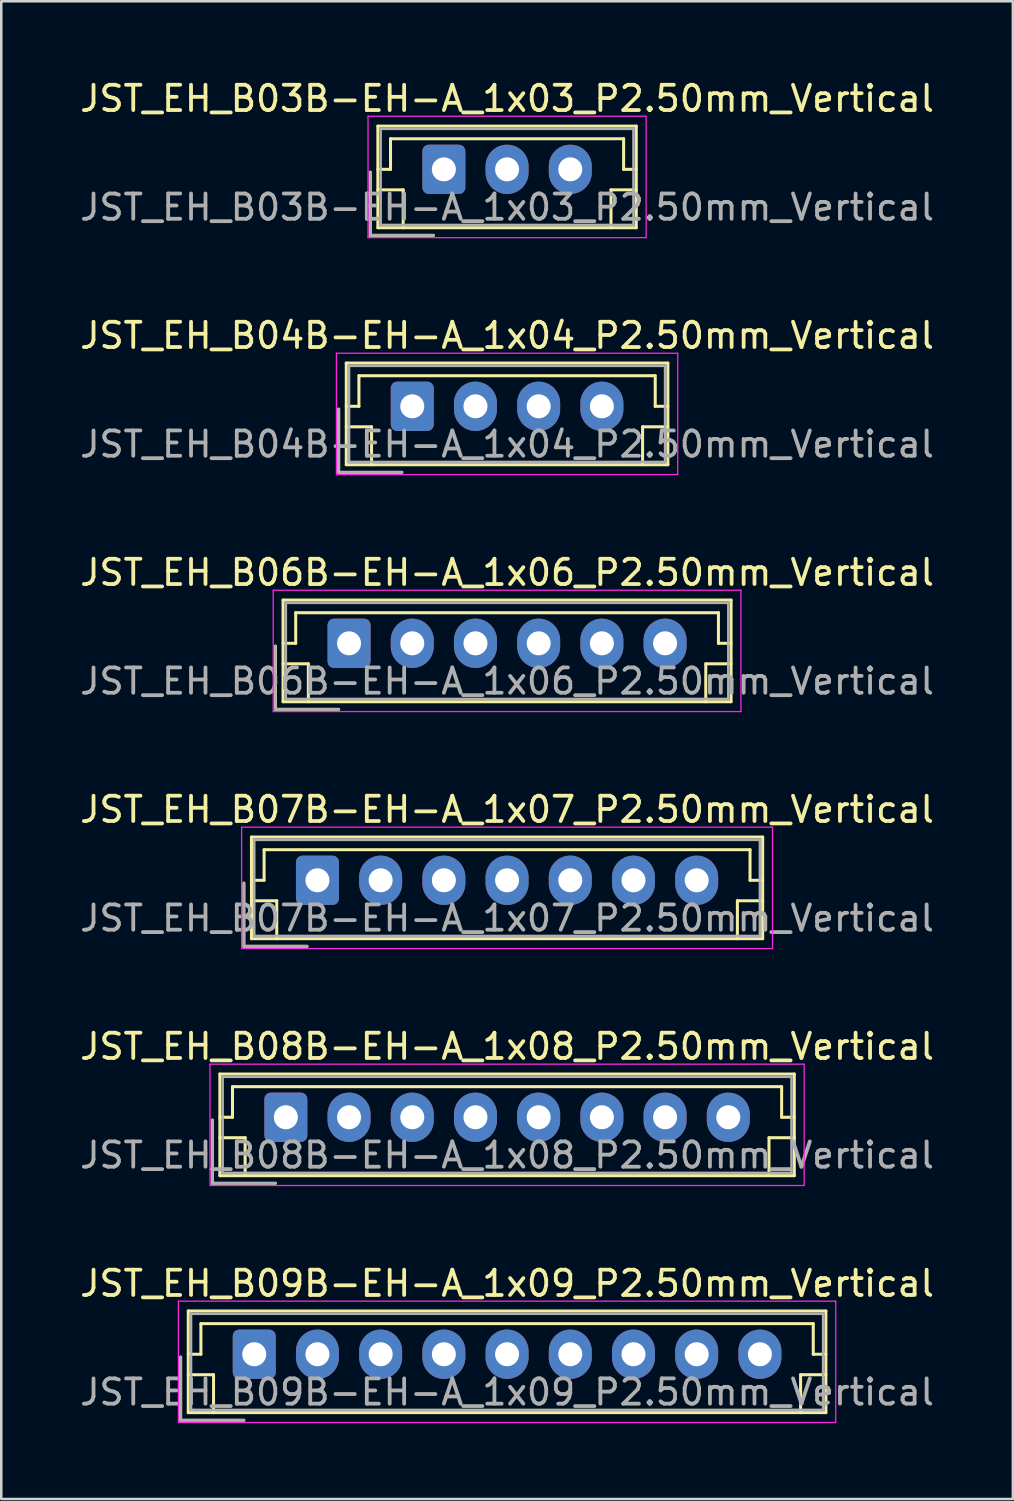
<source format=kicad_pcb>
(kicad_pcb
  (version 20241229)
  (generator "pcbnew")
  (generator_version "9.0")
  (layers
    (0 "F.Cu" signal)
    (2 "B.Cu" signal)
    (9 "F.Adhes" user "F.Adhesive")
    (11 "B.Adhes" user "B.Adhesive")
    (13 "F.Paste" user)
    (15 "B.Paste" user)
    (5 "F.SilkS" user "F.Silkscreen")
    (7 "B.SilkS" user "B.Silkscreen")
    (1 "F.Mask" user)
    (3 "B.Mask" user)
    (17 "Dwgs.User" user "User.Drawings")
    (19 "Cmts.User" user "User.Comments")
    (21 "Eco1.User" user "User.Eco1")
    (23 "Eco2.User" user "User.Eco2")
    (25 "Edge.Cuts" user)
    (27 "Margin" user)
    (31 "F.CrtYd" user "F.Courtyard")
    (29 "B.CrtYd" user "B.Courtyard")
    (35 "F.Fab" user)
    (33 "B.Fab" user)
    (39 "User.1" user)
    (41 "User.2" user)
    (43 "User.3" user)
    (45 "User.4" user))
  (footprint "JST_EH_B08B-EH-A_1x08_P2.50mm_Vertical"
    (layer "F.Cu")
    (at 8.256 41.141)
    (property "Reference" "JST_EH_B08B-EH-A_1x08_P2.50mm_Vertical" (at 8.75 -2.8 0) (layer "F.SilkS") (effects (font (size 1 1) (thickness 0.15))))
    (attr through_hole)
    (fp_line (start -2.91 0.11) (end -2.91 2.61) (stroke (width 0.12) (type solid)) (layer "F.SilkS"))
    (fp_line (start -2.91 2.61) (end -0.41 2.61) (stroke (width 0.12) (type solid)) (layer "F.SilkS"))
    (fp_line (start -2.61 -1.71) (end -2.61 2.31) (stroke (width 0.12) (type solid)) (layer "F.SilkS"))
    (fp_line (start -2.61 0) (end -2.11 0) (stroke (width 0.12) (type solid)) (layer "F.SilkS"))
    (fp_line (start -2.61 0.81) (end -1.61 0.81) (stroke (width 0.12) (type solid)) (layer "F.SilkS"))
    (fp_line (start -2.61 2.31) (end 20.11 2.31) (stroke (width 0.12) (type solid)) (layer "F.SilkS"))
    (fp_line (start -2.11 -1.21) (end 19.61 -1.21) (stroke (width 0.12) (type solid)) (layer "F.SilkS"))
    (fp_line (start -2.11 0) (end -2.11 -1.21) (stroke (width 0.12) (type solid)) (layer "F.SilkS"))
    (fp_line (start -1.61 0.81) (end -1.61 2.31) (stroke (width 0.12) (type solid)) (layer "F.SilkS"))
    (fp_line (start 19.11 0.81) (end 19.11 2.31) (stroke (width 0.12) (type solid)) (layer "F.SilkS"))
    (fp_line (start 19.61 -1.21) (end 19.61 0) (stroke (width 0.12) (type solid)) (layer "F.SilkS"))
    (fp_line (start 19.61 0) (end 20.11 0) (stroke (width 0.12) (type solid)) (layer "F.SilkS"))
    (fp_line (start 20.11 -1.71) (end -2.61 -1.71) (stroke (width 0.12) (type solid)) (layer "F.SilkS"))
    (fp_line (start 20.11 0.81) (end 19.11 0.81) (stroke (width 0.12) (type solid)) (layer "F.SilkS"))
    (fp_line (start 20.11 2.31) (end 20.11 -1.71) (stroke (width 0.12) (type solid)) (layer "F.SilkS"))
    (fp_line (start -3 -2.1) (end -3 2.7) (stroke (width 0.05) (type solid)) (layer "F.CrtYd"))
    (fp_line (start -3 2.7) (end 20.5 2.7) (stroke (width 0.05) (type solid)) (layer "F.CrtYd"))
    (fp_line (start 20.5 -2.1) (end -3 -2.1) (stroke (width 0.05) (type solid)) (layer "F.CrtYd"))
    (fp_line (start 20.5 2.7) (end 20.5 -2.1) (stroke (width 0.05) (type solid)) (layer "F.CrtYd"))
    (fp_line (start -2.91 0.11) (end -2.91 2.61) (stroke (width 0.1) (type solid)) (layer "F.Fab"))
    (fp_line (start -2.91 2.61) (end -0.41 2.61) (stroke (width 0.1) (type solid)) (layer "F.Fab"))
    (fp_line (start -2.5 -1.6) (end -2.5 2.2) (stroke (width 0.1) (type solid)) (layer "F.Fab"))
    (fp_line (start -2.5 2.2) (end 20 2.2) (stroke (width 0.1) (type solid)) (layer "F.Fab"))
    (fp_line (start 20 -1.6) (end -2.5 -1.6) (stroke (width 0.1) (type solid)) (layer "F.Fab"))
    (fp_line (start 20 2.2) (end 20 -1.6) (stroke (width 0.1) (type solid)) (layer "F.Fab"))
    (fp_text user "${REFERENCE}" (at 8.75 1.5 0) (layer "F.Fab") (effects (font (size 1 1) (thickness 0.15))))
    (pad "1" thru_hole roundrect (at 0 0) (size 1.7 1.95) (drill 0.95) (layers "*.Cu" "*.Mask") (roundrect_rratio 0.147))
    (pad "2" thru_hole oval (at 2.5 0) (size 1.7 1.95) (drill 0.95) (layers "*.Cu" "*.Mask"))
    (pad "3" thru_hole oval (at 5 0) (size 1.7 1.95) (drill 0.95) (layers "*.Cu" "*.Mask"))
    (pad "4" thru_hole oval (at 7.5 0) (size 1.7 1.95) (drill 0.95) (layers "*.Cu" "*.Mask"))
    (pad "5" thru_hole oval (at 10 0) (size 1.7 1.95) (drill 0.95) (layers "*.Cu" "*.Mask"))
    (pad "6" thru_hole oval (at 12.5 0) (size 1.7 1.95) (drill 0.95) (layers "*.Cu" "*.Mask"))
    (pad "7" thru_hole oval (at 15 0) (size 1.7 1.95) (drill 0.95) (layers "*.Cu" "*.Mask"))
    (pad "8" thru_hole oval (at 17.5 0) (size 1.7 1.95) (drill 0.95) (layers "*.Cu" "*.Mask")))
  (footprint "JST_EH_B09B-EH-A_1x09_P2.50mm_Vertical"
    (layer "F.Cu")
    (at 7.006 50.514)
    (property "Reference" "JST_EH_B09B-EH-A_1x09_P2.50mm_Vertical" (at 10 -2.8 0) (layer "F.SilkS") (effects (font (size 1 1) (thickness 0.15))))
    (attr through_hole)
    (fp_line (start -2.91 0.11) (end -2.91 2.61) (stroke (width 0.12) (type solid)) (layer "F.SilkS"))
    (fp_line (start -2.91 2.61) (end -0.41 2.61) (stroke (width 0.12) (type solid)) (layer "F.SilkS"))
    (fp_line (start -2.61 -1.71) (end -2.61 2.31) (stroke (width 0.12) (type solid)) (layer "F.SilkS"))
    (fp_line (start -2.61 0) (end -2.11 0) (stroke (width 0.12) (type solid)) (layer "F.SilkS"))
    (fp_line (start -2.61 0.81) (end -1.61 0.81) (stroke (width 0.12) (type solid)) (layer "F.SilkS"))
    (fp_line (start -2.61 2.31) (end 22.61 2.31) (stroke (width 0.12) (type solid)) (layer "F.SilkS"))
    (fp_line (start -2.11 -1.21) (end 22.11 -1.21) (stroke (width 0.12) (type solid)) (layer "F.SilkS"))
    (fp_line (start -2.11 0) (end -2.11 -1.21) (stroke (width 0.12) (type solid)) (layer "F.SilkS"))
    (fp_line (start -1.61 0.81) (end -1.61 2.31) (stroke (width 0.12) (type solid)) (layer "F.SilkS"))
    (fp_line (start 21.61 0.81) (end 21.61 2.31) (stroke (width 0.12) (type solid)) (layer "F.SilkS"))
    (fp_line (start 22.11 -1.21) (end 22.11 0) (stroke (width 0.12) (type solid)) (layer "F.SilkS"))
    (fp_line (start 22.11 0) (end 22.61 0) (stroke (width 0.12) (type solid)) (layer "F.SilkS"))
    (fp_line (start 22.61 -1.71) (end -2.61 -1.71) (stroke (width 0.12) (type solid)) (layer "F.SilkS"))
    (fp_line (start 22.61 0.81) (end 21.61 0.81) (stroke (width 0.12) (type solid)) (layer "F.SilkS"))
    (fp_line (start 22.61 2.31) (end 22.61 -1.71) (stroke (width 0.12) (type solid)) (layer "F.SilkS"))
    (fp_line (start -3 -2.1) (end -3 2.7) (stroke (width 0.05) (type solid)) (layer "F.CrtYd"))
    (fp_line (start -3 2.7) (end 23 2.7) (stroke (width 0.05) (type solid)) (layer "F.CrtYd"))
    (fp_line (start 23 -2.1) (end -3 -2.1) (stroke (width 0.05) (type solid)) (layer "F.CrtYd"))
    (fp_line (start 23 2.7) (end 23 -2.1) (stroke (width 0.05) (type solid)) (layer "F.CrtYd"))
    (fp_line (start -2.91 0.11) (end -2.91 2.61) (stroke (width 0.1) (type solid)) (layer "F.Fab"))
    (fp_line (start -2.91 2.61) (end -0.41 2.61) (stroke (width 0.1) (type solid)) (layer "F.Fab"))
    (fp_line (start -2.5 -1.6) (end -2.5 2.2) (stroke (width 0.1) (type solid)) (layer "F.Fab"))
    (fp_line (start -2.5 2.2) (end 22.5 2.2) (stroke (width 0.1) (type solid)) (layer "F.Fab"))
    (fp_line (start 22.5 -1.6) (end -2.5 -1.6) (stroke (width 0.1) (type solid)) (layer "F.Fab"))
    (fp_line (start 22.5 2.2) (end 22.5 -1.6) (stroke (width 0.1) (type solid)) (layer "F.Fab"))
    (fp_text user "${REFERENCE}" (at 10 1.5 0) (layer "F.Fab") (effects (font (size 1 1) (thickness 0.15))))
    (pad "1" thru_hole roundrect (at 0 0) (size 1.7 1.95) (drill 0.95) (layers "*.Cu" "*.Mask") (roundrect_rratio 0.147))
    (pad "2" thru_hole oval (at 2.5 0) (size 1.7 1.95) (drill 0.95) (layers "*.Cu" "*.Mask"))
    (pad "3" thru_hole oval (at 5 0) (size 1.7 1.95) (drill 0.95) (layers "*.Cu" "*.Mask"))
    (pad "4" thru_hole oval (at 7.5 0) (size 1.7 1.95) (drill 0.95) (layers "*.Cu" "*.Mask"))
    (pad "5" thru_hole oval (at 10 0) (size 1.7 1.95) (drill 0.95) (layers "*.Cu" "*.Mask"))
    (pad "6" thru_hole oval (at 12.5 0) (size 1.7 1.95) (drill 0.95) (layers "*.Cu" "*.Mask"))
    (pad "7" thru_hole oval (at 15 0) (size 1.7 1.95) (drill 0.95) (layers "*.Cu" "*.Mask"))
    (pad "8" thru_hole oval (at 17.5 0) (size 1.7 1.95) (drill 0.95) (layers "*.Cu" "*.Mask"))
    (pad "9" thru_hole oval (at 20 0) (size 1.7 1.95) (drill 0.95) (layers "*.Cu" "*.Mask")))
  (footprint "JST_EH_B07B-EH-A_1x07_P2.50mm_Vertical"
    (layer "F.Cu")
    (at 9.506 31.768)
    (property "Reference" "JST_EH_B07B-EH-A_1x07_P2.50mm_Vertical" (at 7.5 -2.8 0) (layer "F.SilkS") (effects (font (size 1 1) (thickness 0.15))))
    (attr through_hole)
    (fp_line (start -2.91 0.11) (end -2.91 2.61) (stroke (width 0.12) (type solid)) (layer "F.SilkS"))
    (fp_line (start -2.91 2.61) (end -0.41 2.61) (stroke (width 0.12) (type solid)) (layer "F.SilkS"))
    (fp_line (start -2.61 -1.71) (end -2.61 2.31) (stroke (width 0.12) (type solid)) (layer "F.SilkS"))
    (fp_line (start -2.61 0) (end -2.11 0) (stroke (width 0.12) (type solid)) (layer "F.SilkS"))
    (fp_line (start -2.61 0.81) (end -1.61 0.81) (stroke (width 0.12) (type solid)) (layer "F.SilkS"))
    (fp_line (start -2.61 2.31) (end 17.61 2.31) (stroke (width 0.12) (type solid)) (layer "F.SilkS"))
    (fp_line (start -2.11 -1.21) (end 17.11 -1.21) (stroke (width 0.12) (type solid)) (layer "F.SilkS"))
    (fp_line (start -2.11 0) (end -2.11 -1.21) (stroke (width 0.12) (type solid)) (layer "F.SilkS"))
    (fp_line (start -1.61 0.81) (end -1.61 2.31) (stroke (width 0.12) (type solid)) (layer "F.SilkS"))
    (fp_line (start 16.61 0.81) (end 16.61 2.31) (stroke (width 0.12) (type solid)) (layer "F.SilkS"))
    (fp_line (start 17.11 -1.21) (end 17.11 0) (stroke (width 0.12) (type solid)) (layer "F.SilkS"))
    (fp_line (start 17.11 0) (end 17.61 0) (stroke (width 0.12) (type solid)) (layer "F.SilkS"))
    (fp_line (start 17.61 -1.71) (end -2.61 -1.71) (stroke (width 0.12) (type solid)) (layer "F.SilkS"))
    (fp_line (start 17.61 0.81) (end 16.61 0.81) (stroke (width 0.12) (type solid)) (layer "F.SilkS"))
    (fp_line (start 17.61 2.31) (end 17.61 -1.71) (stroke (width 0.12) (type solid)) (layer "F.SilkS"))
    (fp_line (start -3 -2.1) (end -3 2.7) (stroke (width 0.05) (type solid)) (layer "F.CrtYd"))
    (fp_line (start -3 2.7) (end 18 2.7) (stroke (width 0.05) (type solid)) (layer "F.CrtYd"))
    (fp_line (start 18 -2.1) (end -3 -2.1) (stroke (width 0.05) (type solid)) (layer "F.CrtYd"))
    (fp_line (start 18 2.7) (end 18 -2.1) (stroke (width 0.05) (type solid)) (layer "F.CrtYd"))
    (fp_line (start -2.91 0.11) (end -2.91 2.61) (stroke (width 0.1) (type solid)) (layer "F.Fab"))
    (fp_line (start -2.91 2.61) (end -0.41 2.61) (stroke (width 0.1) (type solid)) (layer "F.Fab"))
    (fp_line (start -2.5 -1.6) (end -2.5 2.2) (stroke (width 0.1) (type solid)) (layer "F.Fab"))
    (fp_line (start -2.5 2.2) (end 17.5 2.2) (stroke (width 0.1) (type solid)) (layer "F.Fab"))
    (fp_line (start 17.5 -1.6) (end -2.5 -1.6) (stroke (width 0.1) (type solid)) (layer "F.Fab"))
    (fp_line (start 17.5 2.2) (end 17.5 -1.6) (stroke (width 0.1) (type solid)) (layer "F.Fab"))
    (fp_text user "${REFERENCE}" (at 7.5 1.5 0) (layer "F.Fab") (effects (font (size 1 1) (thickness 0.15))))
    (pad "1" thru_hole roundrect (at 0 0) (size 1.7 1.95) (drill 0.95) (layers "*.Cu" "*.Mask") (roundrect_rratio 0.147))
    (pad "2" thru_hole oval (at 2.5 0) (size 1.7 1.95) (drill 0.95) (layers "*.Cu" "*.Mask"))
    (pad "3" thru_hole oval (at 5 0) (size 1.7 1.95) (drill 0.95) (layers "*.Cu" "*.Mask"))
    (pad "4" thru_hole oval (at 7.5 0) (size 1.7 1.95) (drill 0.95) (layers "*.Cu" "*.Mask"))
    (pad "5" thru_hole oval (at 10 0) (size 1.7 1.95) (drill 0.95) (layers "*.Cu" "*.Mask"))
    (pad "6" thru_hole oval (at 12.5 0) (size 1.7 1.95) (drill 0.95) (layers "*.Cu" "*.Mask"))
    (pad "7" thru_hole oval (at 15 0) (size 1.7 1.95) (drill 0.95) (layers "*.Cu" "*.Mask")))
  (footprint "JST_EH_B03B-EH-A_1x03_P2.50mm_Vertical"
    (layer "F.Cu")
    (at 14.506 3.648)
    (property "Reference" "JST_EH_B03B-EH-A_1x03_P2.50mm_Vertical" (at 2.5 -2.8 0) (layer "F.SilkS") (effects (font (size 1 1) (thickness 0.15))))
    (attr through_hole)
    (fp_line (start -2.91 0.11) (end -2.91 2.61) (stroke (width 0.12) (type solid)) (layer "F.SilkS"))
    (fp_line (start -2.91 2.61) (end -0.41 2.61) (stroke (width 0.12) (type solid)) (layer "F.SilkS"))
    (fp_line (start -2.61 -1.71) (end -2.61 2.31) (stroke (width 0.12) (type solid)) (layer "F.SilkS"))
    (fp_line (start -2.61 0) (end -2.11 0) (stroke (width 0.12) (type solid)) (layer "F.SilkS"))
    (fp_line (start -2.61 0.81) (end -1.61 0.81) (stroke (width 0.12) (type solid)) (layer "F.SilkS"))
    (fp_line (start -2.61 2.31) (end 7.61 2.31) (stroke (width 0.12) (type solid)) (layer "F.SilkS"))
    (fp_line (start -2.11 -1.21) (end 7.11 -1.21) (stroke (width 0.12) (type solid)) (layer "F.SilkS"))
    (fp_line (start -2.11 0) (end -2.11 -1.21) (stroke (width 0.12) (type solid)) (layer "F.SilkS"))
    (fp_line (start -1.61 0.81) (end -1.61 2.31) (stroke (width 0.12) (type solid)) (layer "F.SilkS"))
    (fp_line (start 6.61 0.81) (end 6.61 2.31) (stroke (width 0.12) (type solid)) (layer "F.SilkS"))
    (fp_line (start 7.11 -1.21) (end 7.11 0) (stroke (width 0.12) (type solid)) (layer "F.SilkS"))
    (fp_line (start 7.11 0) (end 7.61 0) (stroke (width 0.12) (type solid)) (layer "F.SilkS"))
    (fp_line (start 7.61 -1.71) (end -2.61 -1.71) (stroke (width 0.12) (type solid)) (layer "F.SilkS"))
    (fp_line (start 7.61 0.81) (end 6.61 0.81) (stroke (width 0.12) (type solid)) (layer "F.SilkS"))
    (fp_line (start 7.61 2.31) (end 7.61 -1.71) (stroke (width 0.12) (type solid)) (layer "F.SilkS"))
    (fp_line (start -3 -2.1) (end -3 2.7) (stroke (width 0.05) (type solid)) (layer "F.CrtYd"))
    (fp_line (start -3 2.7) (end 8 2.7) (stroke (width 0.05) (type solid)) (layer "F.CrtYd"))
    (fp_line (start 8 -2.1) (end -3 -2.1) (stroke (width 0.05) (type solid)) (layer "F.CrtYd"))
    (fp_line (start 8 2.7) (end 8 -2.1) (stroke (width 0.05) (type solid)) (layer "F.CrtYd"))
    (fp_line (start -2.91 0.11) (end -2.91 2.61) (stroke (width 0.1) (type solid)) (layer "F.Fab"))
    (fp_line (start -2.91 2.61) (end -0.41 2.61) (stroke (width 0.1) (type solid)) (layer "F.Fab"))
    (fp_line (start -2.5 -1.6) (end -2.5 2.2) (stroke (width 0.1) (type solid)) (layer "F.Fab"))
    (fp_line (start -2.5 2.2) (end 7.5 2.2) (stroke (width 0.1) (type solid)) (layer "F.Fab"))
    (fp_line (start 7.5 -1.6) (end -2.5 -1.6) (stroke (width 0.1) (type solid)) (layer "F.Fab"))
    (fp_line (start 7.5 2.2) (end 7.5 -1.6) (stroke (width 0.1) (type solid)) (layer "F.Fab"))
    (fp_text user "${REFERENCE}" (at 2.5 1.5 0) (layer "F.Fab") (effects (font (size 1 1) (thickness 0.15))))
    (pad "1" thru_hole roundrect (at 0 0) (size 1.7 1.95) (drill 0.95) (layers "*.Cu" "*.Mask") (roundrect_rratio 0.147))
    (pad "2" thru_hole oval (at 2.5 0) (size 1.7 1.95) (drill 0.95) (layers "*.Cu" "*.Mask"))
    (pad "3" thru_hole oval (at 5 0) (size 1.7 1.95) (drill 0.95) (layers "*.Cu" "*.Mask")))
  (footprint "JST_EH_B04B-EH-A_1x04_P2.50mm_Vertical"
    (layer "F.Cu")
    (at 13.256 13.021)
    (property "Reference" "JST_EH_B04B-EH-A_1x04_P2.50mm_Vertical" (at 3.75 -2.8 0) (layer "F.SilkS") (effects (font (size 1 1) (thickness 0.15))))
    (attr through_hole)
    (fp_line (start -2.91 0.11) (end -2.91 2.61) (stroke (width 0.12) (type solid)) (layer "F.SilkS"))
    (fp_line (start -2.91 2.61) (end -0.41 2.61) (stroke (width 0.12) (type solid)) (layer "F.SilkS"))
    (fp_line (start -2.61 -1.71) (end -2.61 2.31) (stroke (width 0.12) (type solid)) (layer "F.SilkS"))
    (fp_line (start -2.61 0) (end -2.11 0) (stroke (width 0.12) (type solid)) (layer "F.SilkS"))
    (fp_line (start -2.61 0.81) (end -1.61 0.81) (stroke (width 0.12) (type solid)) (layer "F.SilkS"))
    (fp_line (start -2.61 2.31) (end 10.11 2.31) (stroke (width 0.12) (type solid)) (layer "F.SilkS"))
    (fp_line (start -2.11 -1.21) (end 9.61 -1.21) (stroke (width 0.12) (type solid)) (layer "F.SilkS"))
    (fp_line (start -2.11 0) (end -2.11 -1.21) (stroke (width 0.12) (type solid)) (layer "F.SilkS"))
    (fp_line (start -1.61 0.81) (end -1.61 2.31) (stroke (width 0.12) (type solid)) (layer "F.SilkS"))
    (fp_line (start 9.11 0.81) (end 9.11 2.31) (stroke (width 0.12) (type solid)) (layer "F.SilkS"))
    (fp_line (start 9.61 -1.21) (end 9.61 0) (stroke (width 0.12) (type solid)) (layer "F.SilkS"))
    (fp_line (start 9.61 0) (end 10.11 0) (stroke (width 0.12) (type solid)) (layer "F.SilkS"))
    (fp_line (start 10.11 -1.71) (end -2.61 -1.71) (stroke (width 0.12) (type solid)) (layer "F.SilkS"))
    (fp_line (start 10.11 0.81) (end 9.11 0.81) (stroke (width 0.12) (type solid)) (layer "F.SilkS"))
    (fp_line (start 10.11 2.31) (end 10.11 -1.71) (stroke (width 0.12) (type solid)) (layer "F.SilkS"))
    (fp_line (start -3 -2.1) (end -3 2.7) (stroke (width 0.05) (type solid)) (layer "F.CrtYd"))
    (fp_line (start -3 2.7) (end 10.5 2.7) (stroke (width 0.05) (type solid)) (layer "F.CrtYd"))
    (fp_line (start 10.5 -2.1) (end -3 -2.1) (stroke (width 0.05) (type solid)) (layer "F.CrtYd"))
    (fp_line (start 10.5 2.7) (end 10.5 -2.1) (stroke (width 0.05) (type solid)) (layer "F.CrtYd"))
    (fp_line (start -2.91 0.11) (end -2.91 2.61) (stroke (width 0.1) (type solid)) (layer "F.Fab"))
    (fp_line (start -2.91 2.61) (end -0.41 2.61) (stroke (width 0.1) (type solid)) (layer "F.Fab"))
    (fp_line (start -2.5 -1.6) (end -2.5 2.2) (stroke (width 0.1) (type solid)) (layer "F.Fab"))
    (fp_line (start -2.5 2.2) (end 10 2.2) (stroke (width 0.1) (type solid)) (layer "F.Fab"))
    (fp_line (start 10 -1.6) (end -2.5 -1.6) (stroke (width 0.1) (type solid)) (layer "F.Fab"))
    (fp_line (start 10 2.2) (end 10 -1.6) (stroke (width 0.1) (type solid)) (layer "F.Fab"))
    (fp_text user "${REFERENCE}" (at 3.75 1.5 0) (layer "F.Fab") (effects (font (size 1 1) (thickness 0.15))))
    (pad "1" thru_hole roundrect (at 0 0) (size 1.7 1.95) (drill 0.95) (layers "*.Cu" "*.Mask") (roundrect_rratio 0.147))
    (pad "2" thru_hole oval (at 2.5 0) (size 1.7 1.95) (drill 0.95) (layers "*.Cu" "*.Mask"))
    (pad "3" thru_hole oval (at 5 0) (size 1.7 1.95) (drill 0.95) (layers "*.Cu" "*.Mask"))
    (pad "4" thru_hole oval (at 7.5 0) (size 1.7 1.95) (drill 0.95) (layers "*.Cu" "*.Mask")))
  (footprint "JST_EH_B06B-EH-A_1x06_P2.50mm_Vertical"
    (layer "F.Cu")
    (at 10.756 22.395)
    (property "Reference" "JST_EH_B06B-EH-A_1x06_P2.50mm_Vertical" (at 6.25 -2.8 0) (layer "F.SilkS") (effects (font (size 1 1) (thickness 0.15))))
    (attr through_hole)
    (fp_line (start -2.91 0.11) (end -2.91 2.61) (stroke (width 0.12) (type solid)) (layer "F.SilkS"))
    (fp_line (start -2.91 2.61) (end -0.41 2.61) (stroke (width 0.12) (type solid)) (layer "F.SilkS"))
    (fp_line (start -2.61 -1.71) (end -2.61 2.31) (stroke (width 0.12) (type solid)) (layer "F.SilkS"))
    (fp_line (start -2.61 0) (end -2.11 0) (stroke (width 0.12) (type solid)) (layer "F.SilkS"))
    (fp_line (start -2.61 0.81) (end -1.61 0.81) (stroke (width 0.12) (type solid)) (layer "F.SilkS"))
    (fp_line (start -2.61 2.31) (end 15.11 2.31) (stroke (width 0.12) (type solid)) (layer "F.SilkS"))
    (fp_line (start -2.11 -1.21) (end 14.61 -1.21) (stroke (width 0.12) (type solid)) (layer "F.SilkS"))
    (fp_line (start -2.11 0) (end -2.11 -1.21) (stroke (width 0.12) (type solid)) (layer "F.SilkS"))
    (fp_line (start -1.61 0.81) (end -1.61 2.31) (stroke (width 0.12) (type solid)) (layer "F.SilkS"))
    (fp_line (start 14.11 0.81) (end 14.11 2.31) (stroke (width 0.12) (type solid)) (layer "F.SilkS"))
    (fp_line (start 14.61 -1.21) (end 14.61 0) (stroke (width 0.12) (type solid)) (layer "F.SilkS"))
    (fp_line (start 14.61 0) (end 15.11 0) (stroke (width 0.12) (type solid)) (layer "F.SilkS"))
    (fp_line (start 15.11 -1.71) (end -2.61 -1.71) (stroke (width 0.12) (type solid)) (layer "F.SilkS"))
    (fp_line (start 15.11 0.81) (end 14.11 0.81) (stroke (width 0.12) (type solid)) (layer "F.SilkS"))
    (fp_line (start 15.11 2.31) (end 15.11 -1.71) (stroke (width 0.12) (type solid)) (layer "F.SilkS"))
    (fp_line (start -3 -2.1) (end -3 2.7) (stroke (width 0.05) (type solid)) (layer "F.CrtYd"))
    (fp_line (start -3 2.7) (end 15.5 2.7) (stroke (width 0.05) (type solid)) (layer "F.CrtYd"))
    (fp_line (start 15.5 -2.1) (end -3 -2.1) (stroke (width 0.05) (type solid)) (layer "F.CrtYd"))
    (fp_line (start 15.5 2.7) (end 15.5 -2.1) (stroke (width 0.05) (type solid)) (layer "F.CrtYd"))
    (fp_line (start -2.91 0.11) (end -2.91 2.61) (stroke (width 0.1) (type solid)) (layer "F.Fab"))
    (fp_line (start -2.91 2.61) (end -0.41 2.61) (stroke (width 0.1) (type solid)) (layer "F.Fab"))
    (fp_line (start -2.5 -1.6) (end -2.5 2.2) (stroke (width 0.1) (type solid)) (layer "F.Fab"))
    (fp_line (start -2.5 2.2) (end 15 2.2) (stroke (width 0.1) (type solid)) (layer "F.Fab"))
    (fp_line (start 15 -1.6) (end -2.5 -1.6) (stroke (width 0.1) (type solid)) (layer "F.Fab"))
    (fp_line (start 15 2.2) (end 15 -1.6) (stroke (width 0.1) (type solid)) (layer "F.Fab"))
    (fp_text user "${REFERENCE}" (at 6.25 1.5 0) (layer "F.Fab") (effects (font (size 1 1) (thickness 0.15))))
    (pad "1" thru_hole roundrect (at 0 0) (size 1.7 1.95) (drill 0.95) (layers "*.Cu" "*.Mask") (roundrect_rratio 0.147))
    (pad "2" thru_hole oval (at 2.5 0) (size 1.7 1.95) (drill 0.95) (layers "*.Cu" "*.Mask"))
    (pad "3" thru_hole oval (at 5 0) (size 1.7 1.95) (drill 0.95) (layers "*.Cu" "*.Mask"))
    (pad "4" thru_hole oval (at 7.5 0) (size 1.7 1.95) (drill 0.95) (layers "*.Cu" "*.Mask"))
    (pad "5" thru_hole oval (at 10 0) (size 1.7 1.95) (drill 0.95) (layers "*.Cu" "*.Mask"))
    (pad "6" thru_hole oval (at 12.5 0) (size 1.7 1.95) (drill 0.95) (layers "*.Cu" "*.Mask")))
  (gr_rect
    (start -3 -3)
    (end 37.012 56.239)
    (stroke (width 0.1) (type default))
    (fill no)
    (layer "Edge.Cuts")))
</source>
